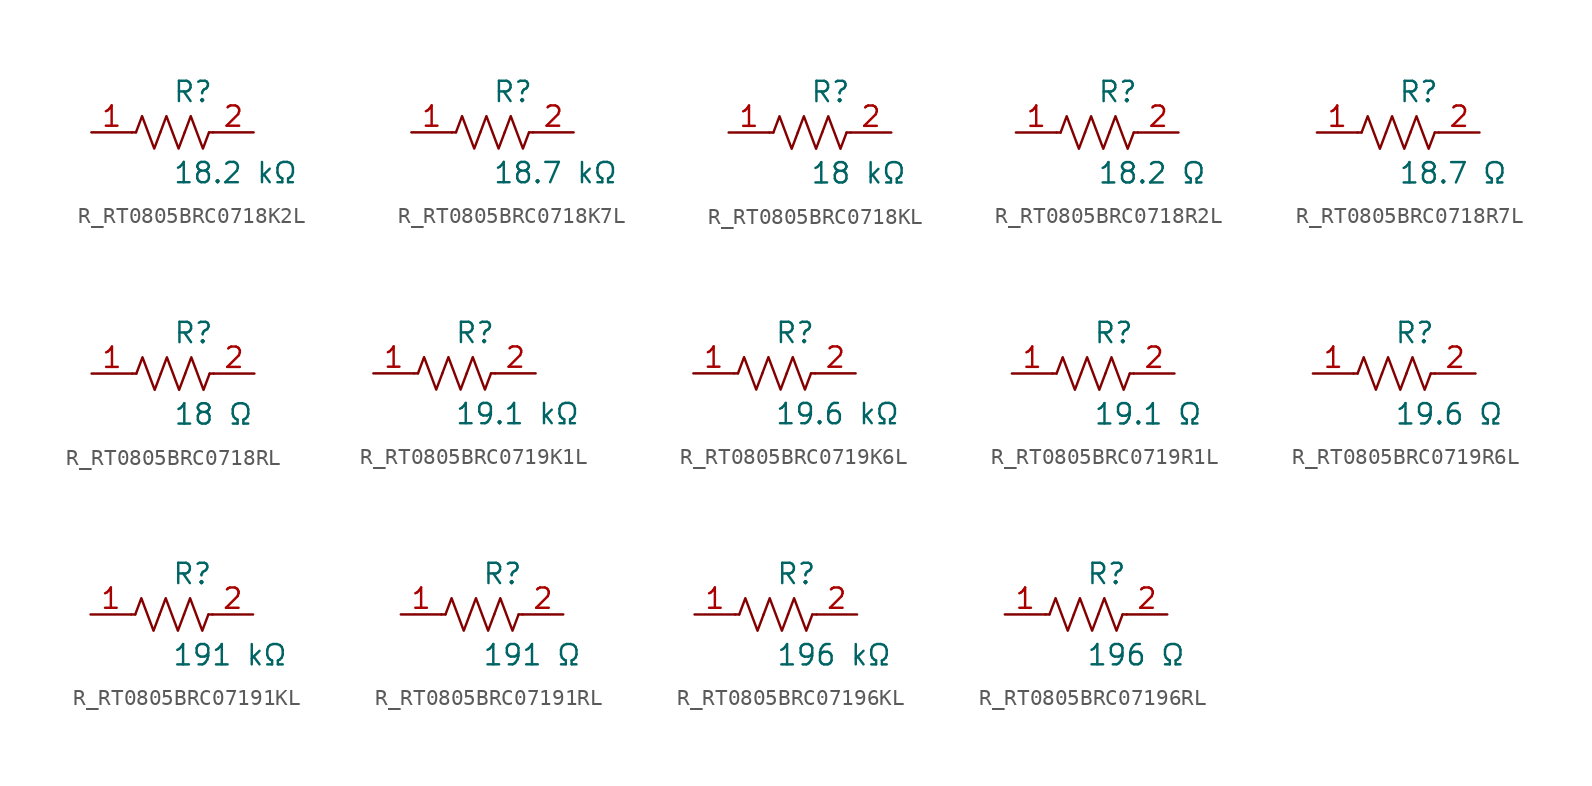
<source format=kicad_sym>
(kicad_symbol_lib
  (version 20231120)
  (generator kicad_symbol_editor)
  (generator_version 8.0)
  (symbol "R_RT0805BRC0718K2L"
    (pin_names
      (offset 0.254))
    (property "Reference" "R"
      (at 0 2.54 0)
      (effects (font (size 1.27 1.27)) (justify left)))
    (property "Value" "18.2 kΩ"
      (at 0 -2.54 0)
      (effects (font (size 1.27 1.27)) (justify left)))
    (symbol "R_RT0805BRC0718K2L_0_1"
      (polyline (pts (xy 2.286 0) (xy 2.54 0)) (stroke (width 0) (type default)) (fill (type none)))
      (polyline (pts (xy -2.286 0) (xy -2.54 0)) (stroke (width 0) (type default)) (fill (type none)))
      (polyline (pts (xy 0.762 0) (xy 1.143 1.016) (xy 1.524 0) (xy 1.905 -1.016) (xy 2.286 0)) (stroke (width 0) (type default)) (fill (type none)))
      (polyline (pts (xy -0.762 0) (xy -0.381 1.016) (xy 0 0) (xy 0.381 -1.016) (xy 0.762 0)) (stroke (width 0) (type default)) (fill (type none)))
      (polyline (pts (xy -2.286 0) (xy -1.905 1.016) (xy -1.524 0) (xy -1.143 -1.016) (xy -0.762 0)) (stroke (width 0) (type default)) (fill (type none))))
    (pin unspecified line
      (at -5.08 0 0)
      (length 2.54)
      (name "" (effects (font (size 1.27 1.27))))
      (number "1" (effects (font (size 1.27 1.27)))))
    (pin unspecified line
      (at 5.08 0 180)
      (length 2.54)
      (name "" (effects (font (size 1.27 1.27))))
      (number "2" (effects (font (size 1.27 1.27))))))
  (symbol "R_RT0805BRC0718K7L"
    (pin_names
      (offset 0.254))
    (property "Reference" "R"
      (at 0 2.54 0)
      (effects (font (size 1.27 1.27)) (justify left)))
    (property "Value" "18.7 kΩ"
      (at 0 -2.54 0)
      (effects (font (size 1.27 1.27)) (justify left)))
    (symbol "R_RT0805BRC0718K7L_0_1"
      (polyline (pts (xy 2.286 0) (xy 2.54 0)) (stroke (width 0) (type default)) (fill (type none)))
      (polyline (pts (xy -2.286 0) (xy -2.54 0)) (stroke (width 0) (type default)) (fill (type none)))
      (polyline (pts (xy 0.762 0) (xy 1.143 1.016) (xy 1.524 0) (xy 1.905 -1.016) (xy 2.286 0)) (stroke (width 0) (type default)) (fill (type none)))
      (polyline (pts (xy -0.762 0) (xy -0.381 1.016) (xy 0 0) (xy 0.381 -1.016) (xy 0.762 0)) (stroke (width 0) (type default)) (fill (type none)))
      (polyline (pts (xy -2.286 0) (xy -1.905 1.016) (xy -1.524 0) (xy -1.143 -1.016) (xy -0.762 0)) (stroke (width 0) (type default)) (fill (type none))))
    (pin unspecified line
      (at -5.08 0 0)
      (length 2.54)
      (name "" (effects (font (size 1.27 1.27))))
      (number "1" (effects (font (size 1.27 1.27)))))
    (pin unspecified line
      (at 5.08 0 180)
      (length 2.54)
      (name "" (effects (font (size 1.27 1.27))))
      (number "2" (effects (font (size 1.27 1.27))))))
  (symbol "R_RT0805BRC0718KL"
    (pin_names
      (offset 0.254))
    (property "Reference" "R"
      (at 0 2.54 0)
      (effects (font (size 1.27 1.27)) (justify left)))
    (property "Value" "18 kΩ"
      (at 0 -2.54 0)
      (effects (font (size 1.27 1.27)) (justify left)))
    (symbol "R_RT0805BRC0718KL_0_1"
      (polyline (pts (xy 2.286 0) (xy 2.54 0)) (stroke (width 0) (type default)) (fill (type none)))
      (polyline (pts (xy -2.286 0) (xy -2.54 0)) (stroke (width 0) (type default)) (fill (type none)))
      (polyline (pts (xy 0.762 0) (xy 1.143 1.016) (xy 1.524 0) (xy 1.905 -1.016) (xy 2.286 0)) (stroke (width 0) (type default)) (fill (type none)))
      (polyline (pts (xy -0.762 0) (xy -0.381 1.016) (xy 0 0) (xy 0.381 -1.016) (xy 0.762 0)) (stroke (width 0) (type default)) (fill (type none)))
      (polyline (pts (xy -2.286 0) (xy -1.905 1.016) (xy -1.524 0) (xy -1.143 -1.016) (xy -0.762 0)) (stroke (width 0) (type default)) (fill (type none))))
    (pin unspecified line
      (at -5.08 0 0)
      (length 2.54)
      (name "" (effects (font (size 1.27 1.27))))
      (number "1" (effects (font (size 1.27 1.27)))))
    (pin unspecified line
      (at 5.08 0 180)
      (length 2.54)
      (name "" (effects (font (size 1.27 1.27))))
      (number "2" (effects (font (size 1.27 1.27))))))
  (symbol "R_RT0805BRC0718R2L"
    (pin_names
      (offset 0.254))
    (property "Reference" "R"
      (at 0 2.54 0)
      (effects (font (size 1.27 1.27)) (justify left)))
    (property "Value" "18.2 Ω"
      (at 0 -2.54 0)
      (effects (font (size 1.27 1.27)) (justify left)))
    (symbol "R_RT0805BRC0718R2L_0_1"
      (polyline (pts (xy 2.286 0) (xy 2.54 0)) (stroke (width 0) (type default)) (fill (type none)))
      (polyline (pts (xy -2.286 0) (xy -2.54 0)) (stroke (width 0) (type default)) (fill (type none)))
      (polyline (pts (xy 0.762 0) (xy 1.143 1.016) (xy 1.524 0) (xy 1.905 -1.016) (xy 2.286 0)) (stroke (width 0) (type default)) (fill (type none)))
      (polyline (pts (xy -0.762 0) (xy -0.381 1.016) (xy 0 0) (xy 0.381 -1.016) (xy 0.762 0)) (stroke (width 0) (type default)) (fill (type none)))
      (polyline (pts (xy -2.286 0) (xy -1.905 1.016) (xy -1.524 0) (xy -1.143 -1.016) (xy -0.762 0)) (stroke (width 0) (type default)) (fill (type none))))
    (pin unspecified line
      (at -5.08 0 0)
      (length 2.54)
      (name "" (effects (font (size 1.27 1.27))))
      (number "1" (effects (font (size 1.27 1.27)))))
    (pin unspecified line
      (at 5.08 0 180)
      (length 2.54)
      (name "" (effects (font (size 1.27 1.27))))
      (number "2" (effects (font (size 1.27 1.27))))))
  (symbol "R_RT0805BRC0718R7L"
    (pin_names
      (offset 0.254))
    (property "Reference" "R"
      (at 0 2.54 0)
      (effects (font (size 1.27 1.27)) (justify left)))
    (property "Value" "18.7 Ω"
      (at 0 -2.54 0)
      (effects (font (size 1.27 1.27)) (justify left)))
    (symbol "R_RT0805BRC0718R7L_0_1"
      (polyline (pts (xy 2.286 0) (xy 2.54 0)) (stroke (width 0) (type default)) (fill (type none)))
      (polyline (pts (xy -2.286 0) (xy -2.54 0)) (stroke (width 0) (type default)) (fill (type none)))
      (polyline (pts (xy 0.762 0) (xy 1.143 1.016) (xy 1.524 0) (xy 1.905 -1.016) (xy 2.286 0)) (stroke (width 0) (type default)) (fill (type none)))
      (polyline (pts (xy -0.762 0) (xy -0.381 1.016) (xy 0 0) (xy 0.381 -1.016) (xy 0.762 0)) (stroke (width 0) (type default)) (fill (type none)))
      (polyline (pts (xy -2.286 0) (xy -1.905 1.016) (xy -1.524 0) (xy -1.143 -1.016) (xy -0.762 0)) (stroke (width 0) (type default)) (fill (type none))))
    (pin unspecified line
      (at -5.08 0 0)
      (length 2.54)
      (name "" (effects (font (size 1.27 1.27))))
      (number "1" (effects (font (size 1.27 1.27)))))
    (pin unspecified line
      (at 5.08 0 180)
      (length 2.54)
      (name "" (effects (font (size 1.27 1.27))))
      (number "2" (effects (font (size 1.27 1.27))))))
  (symbol "R_RT0805BRC0718RL"
    (pin_names
      (offset 0.254))
    (property "Reference" "R"
      (at 0 2.54 0)
      (effects (font (size 1.27 1.27)) (justify left)))
    (property "Value" "18 Ω"
      (at 0 -2.54 0)
      (effects (font (size 1.27 1.27)) (justify left)))
    (symbol "R_RT0805BRC0718RL_0_1"
      (polyline (pts (xy 2.286 0) (xy 2.54 0)) (stroke (width 0) (type default)) (fill (type none)))
      (polyline (pts (xy -2.286 0) (xy -2.54 0)) (stroke (width 0) (type default)) (fill (type none)))
      (polyline (pts (xy 0.762 0) (xy 1.143 1.016) (xy 1.524 0) (xy 1.905 -1.016) (xy 2.286 0)) (stroke (width 0) (type default)) (fill (type none)))
      (polyline (pts (xy -0.762 0) (xy -0.381 1.016) (xy 0 0) (xy 0.381 -1.016) (xy 0.762 0)) (stroke (width 0) (type default)) (fill (type none)))
      (polyline (pts (xy -2.286 0) (xy -1.905 1.016) (xy -1.524 0) (xy -1.143 -1.016) (xy -0.762 0)) (stroke (width 0) (type default)) (fill (type none))))
    (pin unspecified line
      (at -5.08 0 0)
      (length 2.54)
      (name "" (effects (font (size 1.27 1.27))))
      (number "1" (effects (font (size 1.27 1.27)))))
    (pin unspecified line
      (at 5.08 0 180)
      (length 2.54)
      (name "" (effects (font (size 1.27 1.27))))
      (number "2" (effects (font (size 1.27 1.27))))))
  (symbol "R_RT0805BRC0719K1L"
    (pin_names
      (offset 0.254))
    (property "Reference" "R"
      (at 0 2.54 0)
      (effects (font (size 1.27 1.27)) (justify left)))
    (property "Value" "19.1 kΩ"
      (at 0 -2.54 0)
      (effects (font (size 1.27 1.27)) (justify left)))
    (symbol "R_RT0805BRC0719K1L_0_1"
      (polyline (pts (xy 2.286 0) (xy 2.54 0)) (stroke (width 0) (type default)) (fill (type none)))
      (polyline (pts (xy -2.286 0) (xy -2.54 0)) (stroke (width 0) (type default)) (fill (type none)))
      (polyline (pts (xy 0.762 0) (xy 1.143 1.016) (xy 1.524 0) (xy 1.905 -1.016) (xy 2.286 0)) (stroke (width 0) (type default)) (fill (type none)))
      (polyline (pts (xy -0.762 0) (xy -0.381 1.016) (xy 0 0) (xy 0.381 -1.016) (xy 0.762 0)) (stroke (width 0) (type default)) (fill (type none)))
      (polyline (pts (xy -2.286 0) (xy -1.905 1.016) (xy -1.524 0) (xy -1.143 -1.016) (xy -0.762 0)) (stroke (width 0) (type default)) (fill (type none))))
    (pin unspecified line
      (at -5.08 0 0)
      (length 2.54)
      (name "" (effects (font (size 1.27 1.27))))
      (number "1" (effects (font (size 1.27 1.27)))))
    (pin unspecified line
      (at 5.08 0 180)
      (length 2.54)
      (name "" (effects (font (size 1.27 1.27))))
      (number "2" (effects (font (size 1.27 1.27))))))
  (symbol "R_RT0805BRC0719K6L"
    (pin_names
      (offset 0.254))
    (property "Reference" "R"
      (at 0 2.54 0)
      (effects (font (size 1.27 1.27)) (justify left)))
    (property "Value" "19.6 kΩ"
      (at 0 -2.54 0)
      (effects (font (size 1.27 1.27)) (justify left)))
    (symbol "R_RT0805BRC0719K6L_0_1"
      (polyline (pts (xy 2.286 0) (xy 2.54 0)) (stroke (width 0) (type default)) (fill (type none)))
      (polyline (pts (xy -2.286 0) (xy -2.54 0)) (stroke (width 0) (type default)) (fill (type none)))
      (polyline (pts (xy 0.762 0) (xy 1.143 1.016) (xy 1.524 0) (xy 1.905 -1.016) (xy 2.286 0)) (stroke (width 0) (type default)) (fill (type none)))
      (polyline (pts (xy -0.762 0) (xy -0.381 1.016) (xy 0 0) (xy 0.381 -1.016) (xy 0.762 0)) (stroke (width 0) (type default)) (fill (type none)))
      (polyline (pts (xy -2.286 0) (xy -1.905 1.016) (xy -1.524 0) (xy -1.143 -1.016) (xy -0.762 0)) (stroke (width 0) (type default)) (fill (type none))))
    (pin unspecified line
      (at -5.08 0 0)
      (length 2.54)
      (name "" (effects (font (size 1.27 1.27))))
      (number "1" (effects (font (size 1.27 1.27)))))
    (pin unspecified line
      (at 5.08 0 180)
      (length 2.54)
      (name "" (effects (font (size 1.27 1.27))))
      (number "2" (effects (font (size 1.27 1.27))))))
  (symbol "R_RT0805BRC0719R1L"
    (pin_names
      (offset 0.254))
    (property "Reference" "R"
      (at 0 2.54 0)
      (effects (font (size 1.27 1.27)) (justify left)))
    (property "Value" "19.1 Ω"
      (at 0 -2.54 0)
      (effects (font (size 1.27 1.27)) (justify left)))
    (symbol "R_RT0805BRC0719R1L_0_1"
      (polyline (pts (xy 2.286 0) (xy 2.54 0)) (stroke (width 0) (type default)) (fill (type none)))
      (polyline (pts (xy -2.286 0) (xy -2.54 0)) (stroke (width 0) (type default)) (fill (type none)))
      (polyline (pts (xy 0.762 0) (xy 1.143 1.016) (xy 1.524 0) (xy 1.905 -1.016) (xy 2.286 0)) (stroke (width 0) (type default)) (fill (type none)))
      (polyline (pts (xy -0.762 0) (xy -0.381 1.016) (xy 0 0) (xy 0.381 -1.016) (xy 0.762 0)) (stroke (width 0) (type default)) (fill (type none)))
      (polyline (pts (xy -2.286 0) (xy -1.905 1.016) (xy -1.524 0) (xy -1.143 -1.016) (xy -0.762 0)) (stroke (width 0) (type default)) (fill (type none))))
    (pin unspecified line
      (at -5.08 0 0)
      (length 2.54)
      (name "" (effects (font (size 1.27 1.27))))
      (number "1" (effects (font (size 1.27 1.27)))))
    (pin unspecified line
      (at 5.08 0 180)
      (length 2.54)
      (name "" (effects (font (size 1.27 1.27))))
      (number "2" (effects (font (size 1.27 1.27))))))
  (symbol "R_RT0805BRC0719R6L"
    (pin_names
      (offset 0.254))
    (property "Reference" "R"
      (at 0 2.54 0)
      (effects (font (size 1.27 1.27)) (justify left)))
    (property "Value" "19.6 Ω"
      (at 0 -2.54 0)
      (effects (font (size 1.27 1.27)) (justify left)))
    (symbol "R_RT0805BRC0719R6L_0_1"
      (polyline (pts (xy 2.286 0) (xy 2.54 0)) (stroke (width 0) (type default)) (fill (type none)))
      (polyline (pts (xy -2.286 0) (xy -2.54 0)) (stroke (width 0) (type default)) (fill (type none)))
      (polyline (pts (xy 0.762 0) (xy 1.143 1.016) (xy 1.524 0) (xy 1.905 -1.016) (xy 2.286 0)) (stroke (width 0) (type default)) (fill (type none)))
      (polyline (pts (xy -0.762 0) (xy -0.381 1.016) (xy 0 0) (xy 0.381 -1.016) (xy 0.762 0)) (stroke (width 0) (type default)) (fill (type none)))
      (polyline (pts (xy -2.286 0) (xy -1.905 1.016) (xy -1.524 0) (xy -1.143 -1.016) (xy -0.762 0)) (stroke (width 0) (type default)) (fill (type none))))
    (pin unspecified line
      (at -5.08 0 0)
      (length 2.54)
      (name "" (effects (font (size 1.27 1.27))))
      (number "1" (effects (font (size 1.27 1.27)))))
    (pin unspecified line
      (at 5.08 0 180)
      (length 2.54)
      (name "" (effects (font (size 1.27 1.27))))
      (number "2" (effects (font (size 1.27 1.27))))))
  (symbol "R_RT0805BRC07191KL"
    (pin_names
      (offset 0.254))
    (property "Reference" "R"
      (at 0 2.54 0)
      (effects (font (size 1.27 1.27)) (justify left)))
    (property "Value" "191 kΩ"
      (at 0 -2.54 0)
      (effects (font (size 1.27 1.27)) (justify left)))
    (symbol "R_RT0805BRC07191KL_0_1"
      (polyline (pts (xy 2.286 0) (xy 2.54 0)) (stroke (width 0) (type default)) (fill (type none)))
      (polyline (pts (xy -2.286 0) (xy -2.54 0)) (stroke (width 0) (type default)) (fill (type none)))
      (polyline (pts (xy 0.762 0) (xy 1.143 1.016) (xy 1.524 0) (xy 1.905 -1.016) (xy 2.286 0)) (stroke (width 0) (type default)) (fill (type none)))
      (polyline (pts (xy -0.762 0) (xy -0.381 1.016) (xy 0 0) (xy 0.381 -1.016) (xy 0.762 0)) (stroke (width 0) (type default)) (fill (type none)))
      (polyline (pts (xy -2.286 0) (xy -1.905 1.016) (xy -1.524 0) (xy -1.143 -1.016) (xy -0.762 0)) (stroke (width 0) (type default)) (fill (type none))))
    (pin unspecified line
      (at -5.08 0 0)
      (length 2.54)
      (name "" (effects (font (size 1.27 1.27))))
      (number "1" (effects (font (size 1.27 1.27)))))
    (pin unspecified line
      (at 5.08 0 180)
      (length 2.54)
      (name "" (effects (font (size 1.27 1.27))))
      (number "2" (effects (font (size 1.27 1.27))))))
  (symbol "R_RT0805BRC07191RL"
    (pin_names
      (offset 0.254))
    (property "Reference" "R"
      (at 0 2.54 0)
      (effects (font (size 1.27 1.27)) (justify left)))
    (property "Value" "191 Ω"
      (at 0 -2.54 0)
      (effects (font (size 1.27 1.27)) (justify left)))
    (symbol "R_RT0805BRC07191RL_0_1"
      (polyline (pts (xy 2.286 0) (xy 2.54 0)) (stroke (width 0) (type default)) (fill (type none)))
      (polyline (pts (xy -2.286 0) (xy -2.54 0)) (stroke (width 0) (type default)) (fill (type none)))
      (polyline (pts (xy 0.762 0) (xy 1.143 1.016) (xy 1.524 0) (xy 1.905 -1.016) (xy 2.286 0)) (stroke (width 0) (type default)) (fill (type none)))
      (polyline (pts (xy -0.762 0) (xy -0.381 1.016) (xy 0 0) (xy 0.381 -1.016) (xy 0.762 0)) (stroke (width 0) (type default)) (fill (type none)))
      (polyline (pts (xy -2.286 0) (xy -1.905 1.016) (xy -1.524 0) (xy -1.143 -1.016) (xy -0.762 0)) (stroke (width 0) (type default)) (fill (type none))))
    (pin unspecified line
      (at -5.08 0 0)
      (length 2.54)
      (name "" (effects (font (size 1.27 1.27))))
      (number "1" (effects (font (size 1.27 1.27)))))
    (pin unspecified line
      (at 5.08 0 180)
      (length 2.54)
      (name "" (effects (font (size 1.27 1.27))))
      (number "2" (effects (font (size 1.27 1.27))))))
  (symbol "R_RT0805BRC07196KL"
    (pin_names
      (offset 0.254))
    (property "Reference" "R"
      (at 0 2.54 0)
      (effects (font (size 1.27 1.27)) (justify left)))
    (property "Value" "196 kΩ"
      (at 0 -2.54 0)
      (effects (font (size 1.27 1.27)) (justify left)))
    (symbol "R_RT0805BRC07196KL_0_1"
      (polyline (pts (xy 2.286 0) (xy 2.54 0)) (stroke (width 0) (type default)) (fill (type none)))
      (polyline (pts (xy -2.286 0) (xy -2.54 0)) (stroke (width 0) (type default)) (fill (type none)))
      (polyline (pts (xy 0.762 0) (xy 1.143 1.016) (xy 1.524 0) (xy 1.905 -1.016) (xy 2.286 0)) (stroke (width 0) (type default)) (fill (type none)))
      (polyline (pts (xy -0.762 0) (xy -0.381 1.016) (xy 0 0) (xy 0.381 -1.016) (xy 0.762 0)) (stroke (width 0) (type default)) (fill (type none)))
      (polyline (pts (xy -2.286 0) (xy -1.905 1.016) (xy -1.524 0) (xy -1.143 -1.016) (xy -0.762 0)) (stroke (width 0) (type default)) (fill (type none))))
    (pin unspecified line
      (at -5.08 0 0)
      (length 2.54)
      (name "" (effects (font (size 1.27 1.27))))
      (number "1" (effects (font (size 1.27 1.27)))))
    (pin unspecified line
      (at 5.08 0 180)
      (length 2.54)
      (name "" (effects (font (size 1.27 1.27))))
      (number "2" (effects (font (size 1.27 1.27))))))
  (symbol "R_RT0805BRC07196RL"
    (pin_names
      (offset 0.254))
    (property "Reference" "R"
      (at 0 2.54 0)
      (effects (font (size 1.27 1.27)) (justify left)))
    (property "Value" "196 Ω"
      (at 0 -2.54 0)
      (effects (font (size 1.27 1.27)) (justify left)))
    (symbol "R_RT0805BRC07196RL_0_1"
      (polyline (pts (xy 2.286 0) (xy 2.54 0)) (stroke (width 0) (type default)) (fill (type none)))
      (polyline (pts (xy -2.286 0) (xy -2.54 0)) (stroke (width 0) (type default)) (fill (type none)))
      (polyline (pts (xy 0.762 0) (xy 1.143 1.016) (xy 1.524 0) (xy 1.905 -1.016) (xy 2.286 0)) (stroke (width 0) (type default)) (fill (type none)))
      (polyline (pts (xy -0.762 0) (xy -0.381 1.016) (xy 0 0) (xy 0.381 -1.016) (xy 0.762 0)) (stroke (width 0) (type default)) (fill (type none)))
      (polyline (pts (xy -2.286 0) (xy -1.905 1.016) (xy -1.524 0) (xy -1.143 -1.016) (xy -0.762 0)) (stroke (width 0) (type default)) (fill (type none))))
    (pin unspecified line
      (at -5.08 0 0)
      (length 2.54)
      (name "" (effects (font (size 1.27 1.27))))
      (number "1" (effects (font (size 1.27 1.27)))))
    (pin unspecified line
      (at 5.08 0 180)
      (length 2.54)
      (name "" (effects (font (size 1.27 1.27))))
      (number "2" (effects (font (size 1.27 1.27)))))))
</source>
